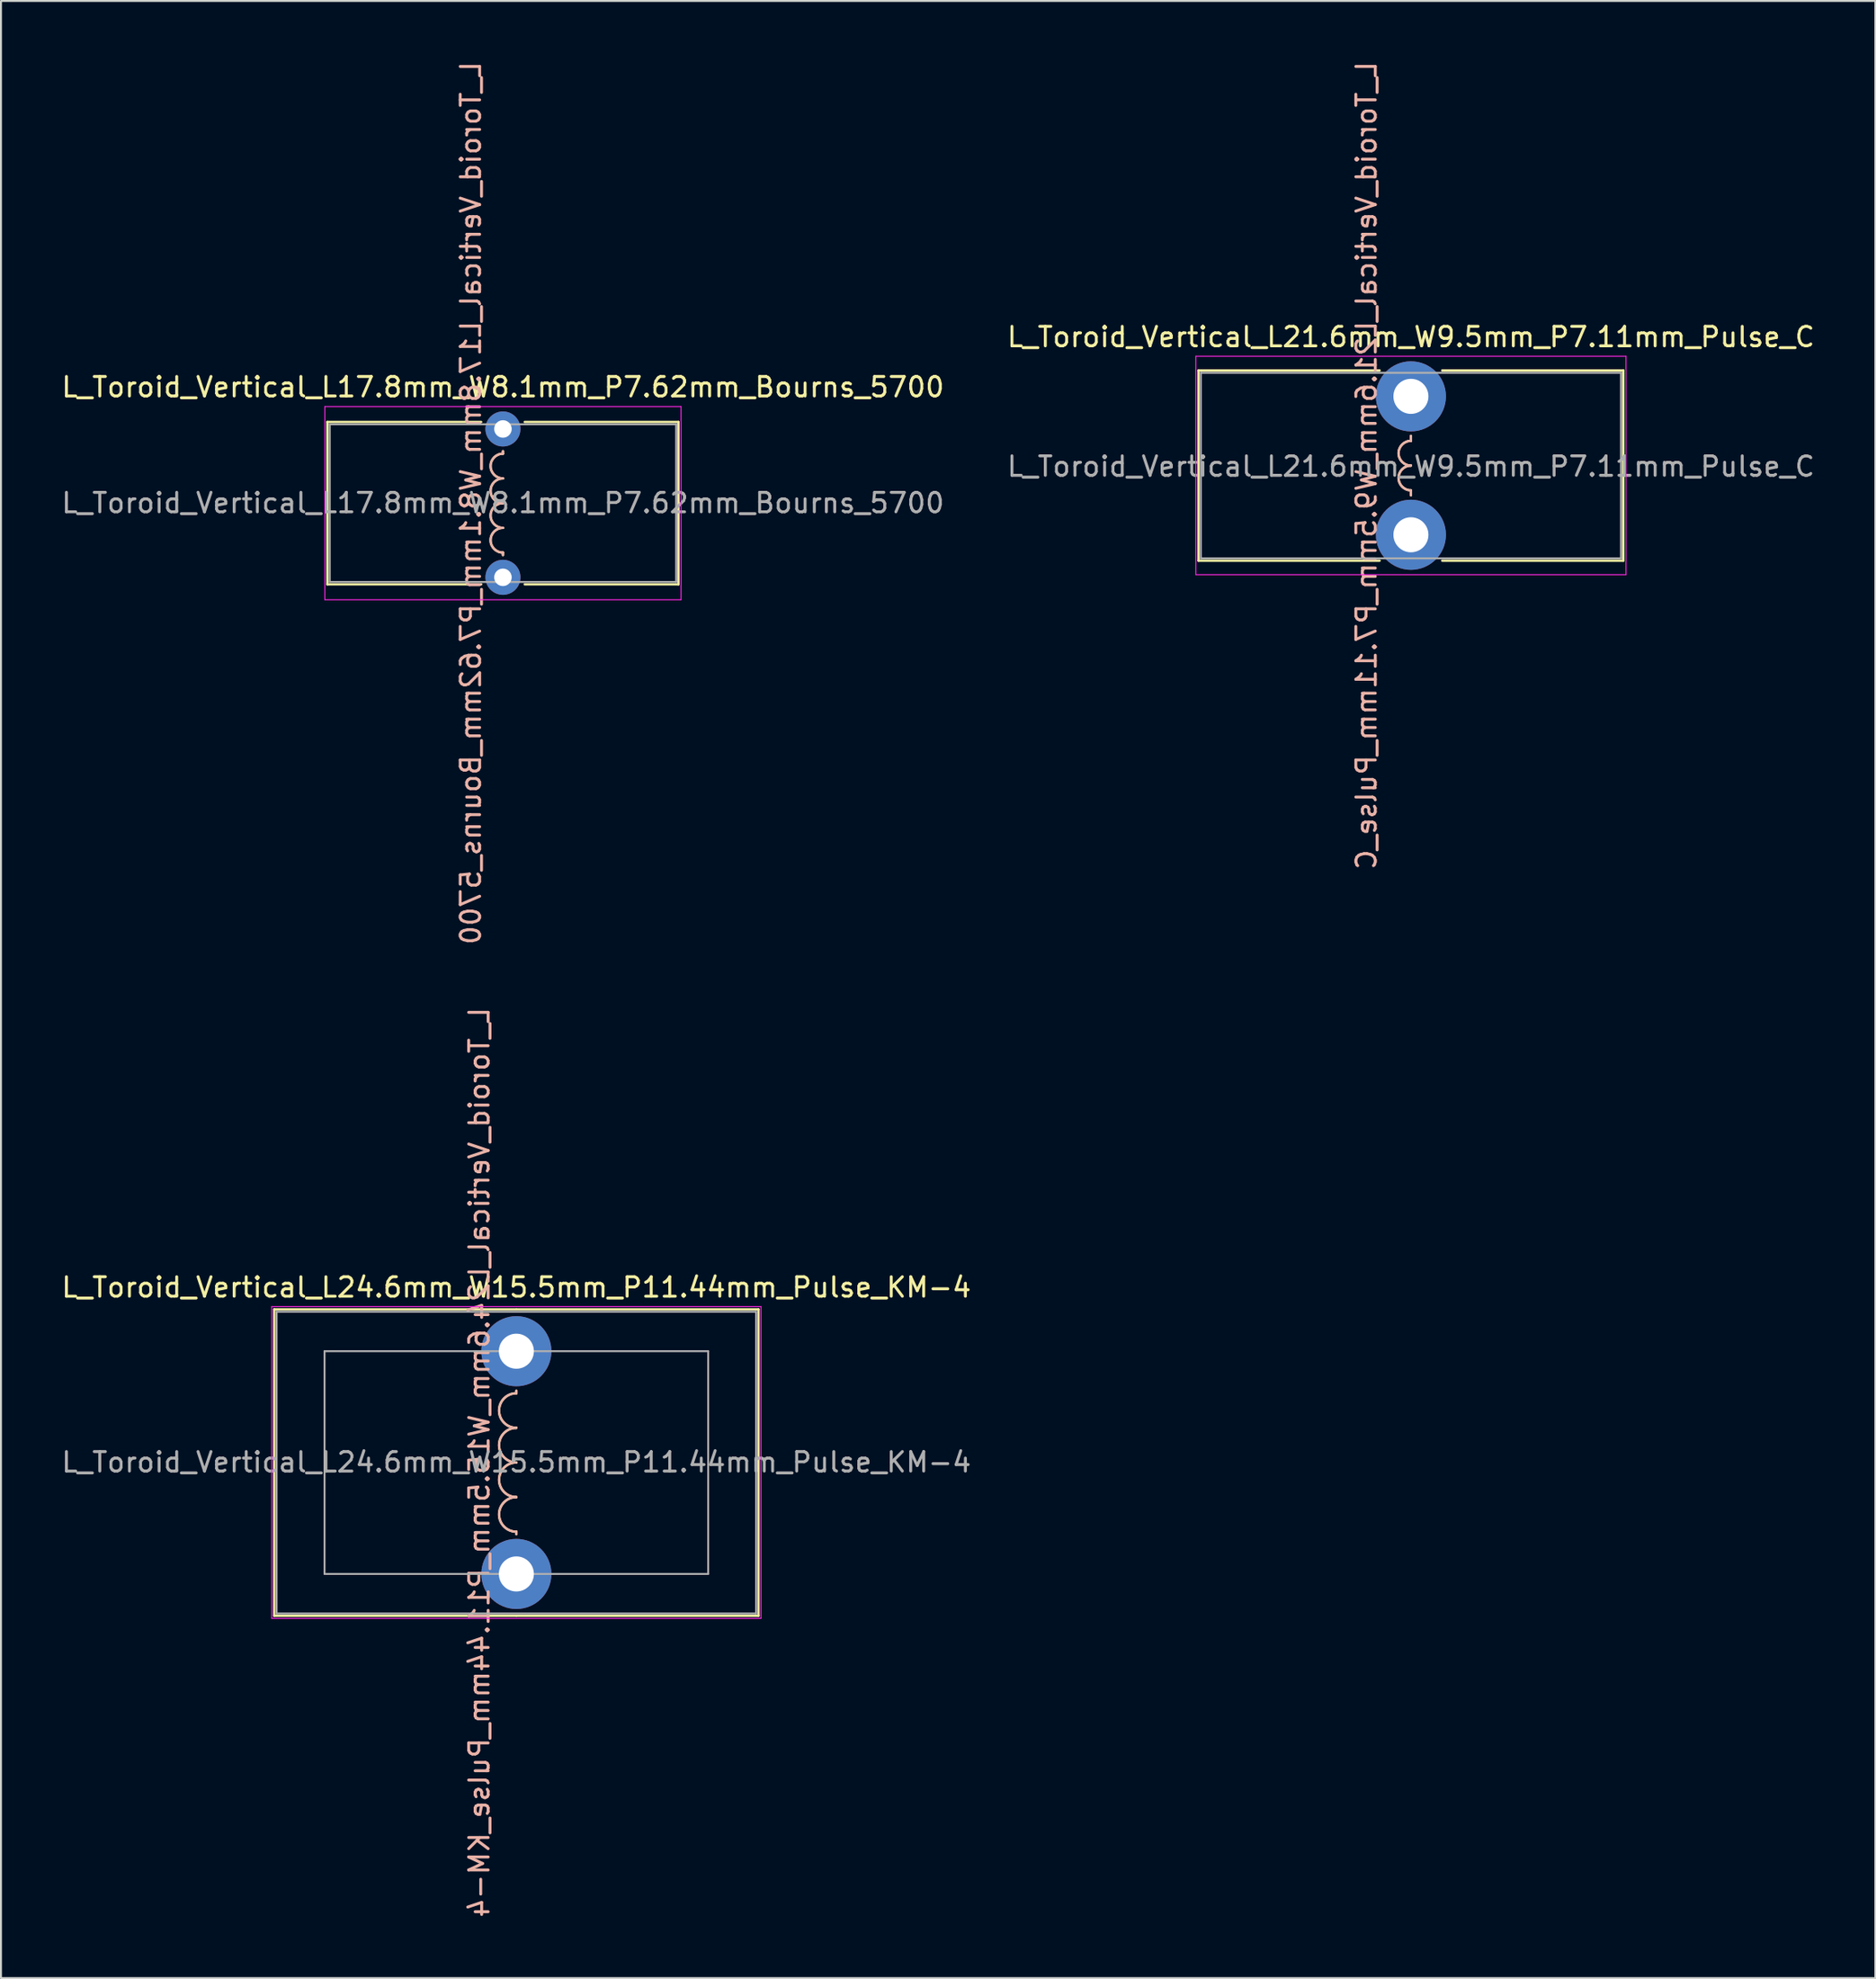
<source format=kicad_pcb>
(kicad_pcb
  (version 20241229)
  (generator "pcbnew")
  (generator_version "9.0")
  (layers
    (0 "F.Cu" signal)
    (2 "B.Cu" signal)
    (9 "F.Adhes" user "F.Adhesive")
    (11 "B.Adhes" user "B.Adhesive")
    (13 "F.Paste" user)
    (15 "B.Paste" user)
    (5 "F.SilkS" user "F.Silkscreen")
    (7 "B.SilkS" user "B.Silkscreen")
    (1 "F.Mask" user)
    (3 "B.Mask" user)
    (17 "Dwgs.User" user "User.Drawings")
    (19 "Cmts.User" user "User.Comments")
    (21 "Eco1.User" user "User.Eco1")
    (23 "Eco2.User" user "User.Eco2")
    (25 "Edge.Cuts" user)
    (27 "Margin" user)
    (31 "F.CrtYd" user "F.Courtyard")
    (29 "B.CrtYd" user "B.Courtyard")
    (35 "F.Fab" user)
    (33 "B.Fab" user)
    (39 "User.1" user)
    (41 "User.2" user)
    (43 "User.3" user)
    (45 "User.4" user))
  (footprint "L_Toroid_Vertical_L24.6mm_W15.5mm_P11.44mm_Pulse_KM-4"
    (layer "F.Cu")
    (at 23.482 66.35)
    (property "Reference" "L_Toroid_Vertical_L24.6mm_W15.5mm_P11.44mm_Pulse_KM-4" (at 0 -3.28 0) (layer "F.SilkS") (effects (font (size 1 1) (thickness 0.15))))
    (fp_line (start -12.44 -2.15) (end -12.44 13.59) (stroke (width 0.12) (type solid)) (layer "F.SilkS"))
    (fp_line (start -12.44 -2.15) (end -0.016 -2.15) (stroke (width 0.12) (type solid)) (layer "F.SilkS"))
    (fp_line (start -12.44 13.59) (end -0.016 13.59) (stroke (width 0.12) (type solid)) (layer "F.SilkS"))
    (fp_line (start 0 2.159) (end 0 2.032) (stroke (width 0.12) (type solid)) (layer "F.SilkS"))
    (fp_line (start 0 9.271) (end 0 9.398) (stroke (width 0.12) (type solid)) (layer "F.SilkS"))
    (fp_line (start 0.016 -2.15) (end 12.44 -2.15) (stroke (width 0.12) (type solid)) (layer "F.SilkS"))
    (fp_line (start 0.016 13.59) (end 12.44 13.59) (stroke (width 0.12) (type solid)) (layer "F.SilkS"))
    (fp_line (start 12.44 -2.15) (end 12.44 13.59) (stroke (width 0.12) (type solid)) (layer "F.SilkS"))
    (fp_arc (start 0 3.937) (mid -0.889 3.048) (end 0 2.159) (stroke (width 0.12) (type solid)) (layer "F.SilkS"))
    (fp_arc (start 0 5.715) (mid -0.889 4.826) (end 0 3.937) (stroke (width 0.12) (type solid)) (layer "F.SilkS"))
    (fp_arc (start 0 7.493) (mid -0.889 6.604) (end 0 5.715) (stroke (width 0.12) (type solid)) (layer "F.SilkS"))
    (fp_arc (start 0 9.271) (mid -0.889 8.382) (end 0 7.493) (stroke (width 0.12) (type solid)) (layer "F.SilkS"))
    (fp_line (start 0 2.159) (end 0 2.032) (stroke (width 0.12) (type solid)) (layer "B.SilkS"))
    (fp_line (start 0 9.271) (end 0 9.398) (stroke (width 0.12) (type solid)) (layer "B.SilkS"))
    (fp_arc (start 0 3.937) (mid -0.889 3.048) (end 0 2.159) (stroke (width 0.12) (type solid)) (layer "B.SilkS"))
    (fp_arc (start 0 5.715) (mid -0.889 4.826) (end 0 3.937) (stroke (width 0.12) (type solid)) (layer "B.SilkS"))
    (fp_arc (start 0 7.493) (mid -0.889 6.604) (end 0 5.715) (stroke (width 0.12) (type solid)) (layer "B.SilkS"))
    (fp_arc (start 0 9.271) (mid -0.889 8.382) (end 0 7.493) (stroke (width 0.12) (type solid)) (layer "B.SilkS"))
    (fp_line (start -12.57 -2.29) (end -12.57 13.72) (stroke (width 0.05) (type solid)) (layer "F.CrtYd"))
    (fp_line (start -12.57 13.72) (end 12.57 13.72) (stroke (width 0.05) (type solid)) (layer "F.CrtYd"))
    (fp_line (start 12.57 -2.29) (end -12.57 -2.29) (stroke (width 0.05) (type solid)) (layer "F.CrtYd"))
    (fp_line (start 12.57 13.72) (end 12.57 -2.29) (stroke (width 0.05) (type solid)) (layer "F.CrtYd"))
    (fp_line (start -12.32 -2.03) (end -12.32 13.47) (stroke (width 0.1) (type solid)) (layer "F.Fab"))
    (fp_line (start -12.32 13.47) (end 12.32 13.47) (stroke (width 0.1) (type solid)) (layer "F.Fab"))
    (fp_line (start -9.856 0) (end -9.856 11.44) (stroke (width 0.1) (type solid)) (layer "F.Fab"))
    (fp_line (start -9.856 11.44) (end 9.856 11.44) (stroke (width 0.1) (type solid)) (layer "F.Fab"))
    (fp_line (start 9.856 0) (end -9.856 0) (stroke (width 0.1) (type solid)) (layer "F.Fab"))
    (fp_line (start 9.856 11.44) (end 9.856 0) (stroke (width 0.1) (type solid)) (layer "F.Fab"))
    (fp_line (start 12.32 -2.03) (end -12.32 -2.03) (stroke (width 0.1) (type solid)) (layer "F.Fab"))
    (fp_line (start 12.32 13.47) (end 12.32 -2.03) (stroke (width 0.1) (type solid)) (layer "F.Fab"))
    (fp_text user "${REFERENCE}" (at -1.905 5.715 90) (layer "B.SilkS") (effects (font (size 1 1) (thickness 0.15)) (justify mirror)))
    (fp_text user "${REFERENCE}" (at 0 5.7 0) (layer "F.Fab") (effects (font (size 1 1) (thickness 0.15))))
    (pad "1" thru_hole circle (at 0 0) (size 3.6 3.6) (drill 1.8) (layers "*.Cu" "*.Mask"))
    (pad "2" thru_hole circle (at 0 11.44) (size 3.6 3.6) (drill 1.8) (layers "*.Cu" "*.Mask")))
  (footprint "L_Toroid_Vertical_L21.6mm_W9.5mm_P7.11mm_Pulse_C"
    (layer "F.Cu")
    (at 69.446 17.307)
    (property "Reference" "L_Toroid_Vertical_L21.6mm_W9.5mm_P7.11mm_Pulse_C" (at 0 -3.05 0) (layer "F.SilkS") (effects (font (size 1 1) (thickness 0.15))))
    (fp_line (start -10.915 -1.33) (end -10.915 8.44) (stroke (width 0.12) (type solid)) (layer "F.SilkS"))
    (fp_line (start -10.915 -1.33) (end -1.608 -1.33) (stroke (width 0.12) (type solid)) (layer "F.SilkS"))
    (fp_line (start -10.915 8.44) (end -1.608 8.44) (stroke (width 0.12) (type solid)) (layer "F.SilkS"))
    (fp_line (start 0 2.286) (end 0 2.032) (stroke (width 0.12) (type solid)) (layer "F.SilkS"))
    (fp_line (start 0 4.826) (end 0 5.08) (stroke (width 0.12) (type solid)) (layer "F.SilkS"))
    (fp_line (start 1.608 -1.33) (end 10.915 -1.33) (stroke (width 0.12) (type solid)) (layer "F.SilkS"))
    (fp_line (start 1.608 8.44) (end 10.915 8.44) (stroke (width 0.12) (type solid)) (layer "F.SilkS"))
    (fp_line (start 10.915 -1.33) (end 10.915 8.44) (stroke (width 0.12) (type solid)) (layer "F.SilkS"))
    (fp_arc (start 0 3.556) (mid -0.635 2.921) (end 0 2.286) (stroke (width 0.12) (type solid)) (layer "F.SilkS"))
    (fp_arc (start 0 4.826) (mid -0.635 4.191) (end 0 3.556) (stroke (width 0.12) (type solid)) (layer "F.SilkS"))
    (fp_line (start 0 2.286) (end 0 2.032) (stroke (width 0.12) (type solid)) (layer "B.SilkS"))
    (fp_line (start 0 4.826) (end 0 5.08) (stroke (width 0.12) (type solid)) (layer "B.SilkS"))
    (fp_arc (start 0 3.556) (mid -0.635 2.921) (end 0 2.286) (stroke (width 0.12) (type solid)) (layer "B.SilkS"))
    (fp_arc (start 0 4.826) (mid -0.635 4.191) (end 0 3.556) (stroke (width 0.12) (type solid)) (layer "B.SilkS"))
    (fp_line (start -11.05 -2.06) (end -11.05 9.16) (stroke (width 0.05) (type solid)) (layer "F.CrtYd"))
    (fp_line (start -11.05 9.16) (end 11.05 9.16) (stroke (width 0.05) (type solid)) (layer "F.CrtYd"))
    (fp_line (start 11.05 -2.06) (end -11.05 -2.06) (stroke (width 0.05) (type solid)) (layer "F.CrtYd"))
    (fp_line (start 11.05 9.16) (end 11.05 -2.06) (stroke (width 0.05) (type solid)) (layer "F.CrtYd"))
    (fp_line (start -10.795 -1.21) (end -10.795 8.32) (stroke (width 0.1) (type solid)) (layer "F.Fab"))
    (fp_line (start -10.795 8.32) (end 10.795 8.32) (stroke (width 0.1) (type solid)) (layer "F.Fab"))
    (fp_line (start 10.795 -1.21) (end -10.795 -1.21) (stroke (width 0.1) (type solid)) (layer "F.Fab"))
    (fp_line (start 10.795 8.32) (end 10.795 -1.21) (stroke (width 0.1) (type solid)) (layer "F.Fab"))
    (fp_text user "${REFERENCE}" (at -2.286 3.556 90) (layer "B.SilkS") (effects (font (size 1 1) (thickness 0.15)) (justify mirror)))
    (fp_text user "${REFERENCE}" (at 0 3.6 0) (layer "F.Fab") (effects (font (size 1 1) (thickness 0.15))))
    (pad "1" thru_hole circle (at 0 0) (size 3.6 3.6) (drill 1.8) (layers "*.Cu" "*.Mask"))
    (pad "2" thru_hole circle (at 0 7.11) (size 3.6 3.6) (drill 1.8) (layers "*.Cu" "*.Mask")))
  (footprint "L_Toroid_Vertical_L17.8mm_W8.1mm_P7.62mm_Bourns_5700"
    (layer "F.Cu")
    (at 22.792 18.982)
    (property "Reference" "L_Toroid_Vertical_L17.8mm_W8.1mm_P7.62mm_Bourns_5700" (at 0 -2.15 0) (layer "F.SilkS") (effects (font (size 1 1) (thickness 0.15))))
    (fp_line (start -9.02 -0.36) (end -9.02 7.98) (stroke (width 0.12) (type solid)) (layer "F.SilkS"))
    (fp_line (start -9.02 -0.36) (end -1.119 -0.36) (stroke (width 0.12) (type solid)) (layer "F.SilkS"))
    (fp_line (start -9.02 7.98) (end -1.119 7.98) (stroke (width 0.12) (type solid)) (layer "F.SilkS"))
    (fp_line (start 0 1.27) (end 0 1.143) (stroke (width 0.12) (type solid)) (layer "F.SilkS"))
    (fp_line (start 0 6.35) (end 0 6.477) (stroke (width 0.12) (type solid)) (layer "F.SilkS"))
    (fp_line (start 1.119 -0.36) (end 9.02 -0.36) (stroke (width 0.12) (type solid)) (layer "F.SilkS"))
    (fp_line (start 1.119 7.98) (end 9.02 7.98) (stroke (width 0.12) (type solid)) (layer "F.SilkS"))
    (fp_line (start 9.02 -0.36) (end 9.02 7.98) (stroke (width 0.12) (type solid)) (layer "F.SilkS"))
    (fp_arc (start 0 2.54) (mid -0.635 1.905) (end 0 1.27) (stroke (width 0.12) (type solid)) (layer "F.SilkS"))
    (fp_arc (start 0 3.81) (mid -0.635 3.175) (end 0 2.54) (stroke (width 0.12) (type solid)) (layer "F.SilkS"))
    (fp_arc (start 0 5.08) (mid -0.635 4.445) (end 0 3.81) (stroke (width 0.12) (type solid)) (layer "F.SilkS"))
    (fp_arc (start 0 6.35) (mid -0.635 5.715) (end 0 5.08) (stroke (width 0.12) (type solid)) (layer "F.SilkS"))
    (fp_line (start 0 1.27) (end 0 1.143) (stroke (width 0.12) (type solid)) (layer "B.SilkS"))
    (fp_line (start 0 6.35) (end 0 6.477) (stroke (width 0.12) (type solid)) (layer "B.SilkS"))
    (fp_arc (start 0 2.54) (mid -0.635 1.905) (end 0 1.27) (stroke (width 0.12) (type solid)) (layer "B.SilkS"))
    (fp_arc (start 0 3.81) (mid -0.635 3.175) (end 0 2.54) (stroke (width 0.12) (type solid)) (layer "B.SilkS"))
    (fp_arc (start 0 5.08) (mid -0.635 4.445) (end 0 3.81) (stroke (width 0.12) (type solid)) (layer "B.SilkS"))
    (fp_arc (start 0 6.35) (mid -0.635 5.715) (end 0 5.08) (stroke (width 0.12) (type solid)) (layer "B.SilkS"))
    (fp_line (start -9.15 -1.15) (end -9.15 8.77) (stroke (width 0.05) (type solid)) (layer "F.CrtYd"))
    (fp_line (start -9.15 8.77) (end 9.15 8.77) (stroke (width 0.05) (type solid)) (layer "F.CrtYd"))
    (fp_line (start 9.15 -1.15) (end -9.15 -1.15) (stroke (width 0.05) (type solid)) (layer "F.CrtYd"))
    (fp_line (start 9.15 8.77) (end 9.15 -1.15) (stroke (width 0.05) (type solid)) (layer "F.CrtYd"))
    (fp_line (start -8.9 -0.24) (end -8.9 7.86) (stroke (width 0.1) (type solid)) (layer "F.Fab"))
    (fp_line (start -8.9 7.86) (end 8.9 7.86) (stroke (width 0.1) (type solid)) (layer "F.Fab"))
    (fp_line (start 8.9 -0.24) (end -8.9 -0.24) (stroke (width 0.1) (type solid)) (layer "F.Fab"))
    (fp_line (start 8.9 7.86) (end 8.9 -0.24) (stroke (width 0.1) (type solid)) (layer "F.Fab"))
    (fp_text user "${REFERENCE}" (at -1.651 3.81 90) (layer "B.SilkS") (effects (font (size 1 1) (thickness 0.15)) (justify mirror)))
    (fp_text user "${REFERENCE}" (at 0 3.8 0) (layer "F.Fab") (effects (font (size 1 1) (thickness 0.15))))
    (pad "1" thru_hole circle (at 0 0) (size 1.8 1.8) (drill 0.9) (layers "*.Cu" "*.Mask"))
    (pad "2" thru_hole circle (at 0 7.62) (size 1.8 1.8) (drill 0.9) (layers "*.Cu" "*.Mask")))
  (gr_rect
    (start -3 -3)
    (end 93.31 98.548)
    (stroke (width 0.1) (type default))
    (fill no)
    (layer "Edge.Cuts")))
</source>
